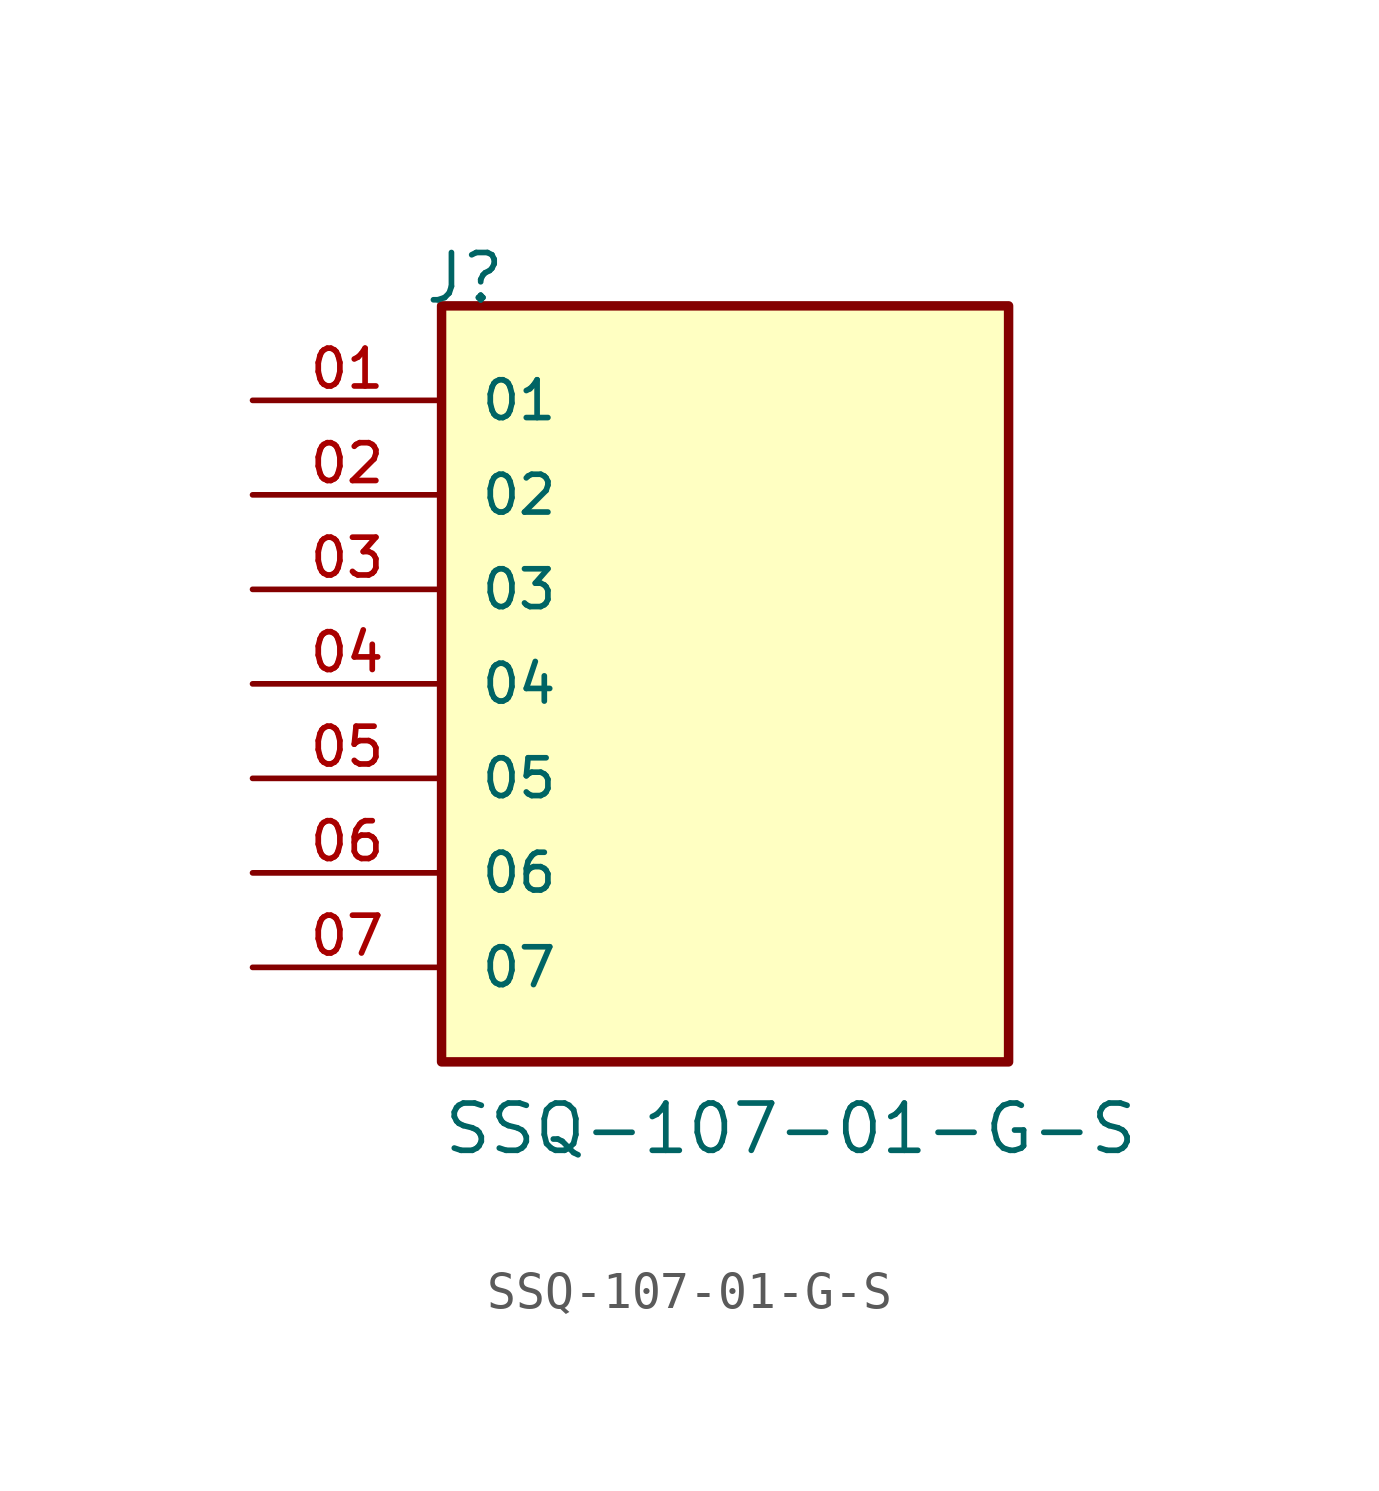
<source format=kicad_sym>
(kicad_symbol_lib
  (version 20211014)
  (generator kicad_symbol_editor)
  (symbol "SSQ-107-01-G-S"
    (pin_names
      (offset 1.016))
    (property "Reference" "J"
      (at -8.12 10.16 0)
      (effects (font (size 1.27 1.27)) (justify bottom left)))
    (property "Value" "SSQ-107-01-G-S"
      (at -7.62 -12.7 0)
      (effects (font (size 1.27 1.27)) (justify bottom left)))
    (symbol "SSQ-107-01-G-S_0_0"
      (rectangle (start -7.62 -10.16) (end 7.62 10.16) (stroke (width 0.254)) (fill (type background)))
      (pin passive line (at -12.7 7.62 0) (length 5.08) (name "01" (effects (font (size 1.016 1.016)))) (number "01" (effects (font (size 1.016 1.016)))))
      (pin passive line (at -12.7 5.08 0) (length 5.08) (name "02" (effects (font (size 1.016 1.016)))) (number "02" (effects (font (size 1.016 1.016)))))
      (pin passive line (at -12.7 2.54 0) (length 5.08) (name "03" (effects (font (size 1.016 1.016)))) (number "03" (effects (font (size 1.016 1.016)))))
      (pin passive line (at -12.7 0.0 0) (length 5.08) (name "04" (effects (font (size 1.016 1.016)))) (number "04" (effects (font (size 1.016 1.016)))))
      (pin passive line (at -12.7 -2.54 0) (length 5.08) (name "05" (effects (font (size 1.016 1.016)))) (number "05" (effects (font (size 1.016 1.016)))))
      (pin passive line (at -12.7 -5.08 0) (length 5.08) (name "06" (effects (font (size 1.016 1.016)))) (number "06" (effects (font (size 1.016 1.016)))))
      (pin passive line (at -12.7 -7.62 0) (length 5.08) (name "07" (effects (font (size 1.016 1.016)))) (number "07" (effects (font (size 1.016 1.016))))))))
</source>
